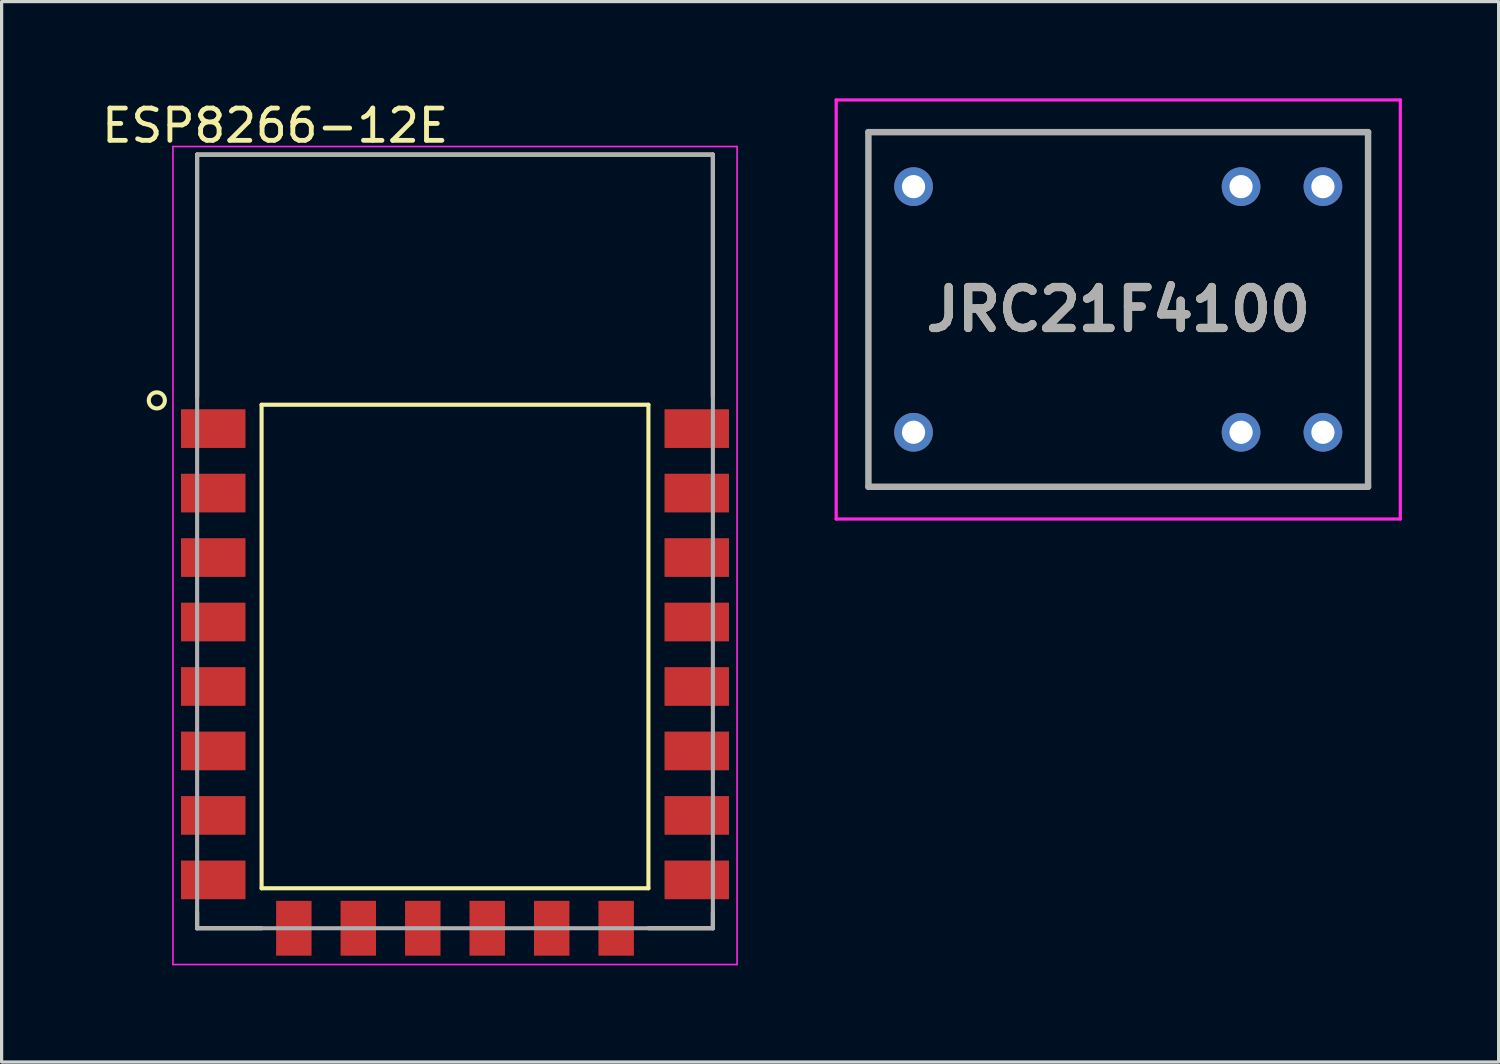
<source format=kicad_pcb>
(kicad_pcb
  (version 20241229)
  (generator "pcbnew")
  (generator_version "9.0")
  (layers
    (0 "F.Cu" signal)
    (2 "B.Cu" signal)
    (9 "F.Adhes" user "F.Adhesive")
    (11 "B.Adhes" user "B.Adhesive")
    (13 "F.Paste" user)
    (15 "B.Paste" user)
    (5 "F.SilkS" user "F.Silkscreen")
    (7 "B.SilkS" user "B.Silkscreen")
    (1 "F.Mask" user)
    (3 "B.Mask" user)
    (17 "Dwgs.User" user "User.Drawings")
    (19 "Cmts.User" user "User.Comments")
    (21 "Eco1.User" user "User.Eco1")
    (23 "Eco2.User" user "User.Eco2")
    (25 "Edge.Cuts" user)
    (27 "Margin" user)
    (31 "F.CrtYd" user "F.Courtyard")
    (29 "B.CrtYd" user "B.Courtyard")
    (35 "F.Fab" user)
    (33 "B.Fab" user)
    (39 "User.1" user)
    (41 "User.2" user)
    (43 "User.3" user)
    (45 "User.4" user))
  (footprint "JRC21F4100"
    (layer "F.Cu")
    (at 25.29 10.36)
    (property "Reference" "JRC21F4100" (at 6.35 -3.81 0) (layer "F.SilkS") (effects (font (size 1.27 1.27) (thickness 0.254))))
    (attr through_hole)
    (fp_line (start -1.4 -9.31) (end 14.1 -9.31) (stroke (width 0.1) (type solid)) (layer "F.SilkS"))
    (fp_line (start -1.4 1.69) (end -1.4 -9.31) (stroke (width 0.1) (type solid)) (layer "F.SilkS"))
    (fp_line (start 14.1 -9.31) (end 14.1 1.69) (stroke (width 0.1) (type solid)) (layer "F.SilkS"))
    (fp_line (start 14.1 1.69) (end -1.4 1.69) (stroke (width 0.1) (type solid)) (layer "F.SilkS"))
    (fp_line (start -2.4 -10.31) (end 15.1 -10.31) (stroke (width 0.1) (type solid)) (layer "F.CrtYd"))
    (fp_line (start -2.4 2.69) (end -2.4 -10.31) (stroke (width 0.1) (type solid)) (layer "F.CrtYd"))
    (fp_line (start 15.1 -10.31) (end 15.1 2.69) (stroke (width 0.1) (type solid)) (layer "F.CrtYd"))
    (fp_line (start 15.1 2.69) (end -2.4 2.69) (stroke (width 0.1) (type solid)) (layer "F.CrtYd"))
    (fp_line (start -1.4 -9.31) (end 14.1 -9.31) (stroke (width 0.2) (type solid)) (layer "F.Fab"))
    (fp_line (start -1.4 1.69) (end -1.4 -9.31) (stroke (width 0.2) (type solid)) (layer "F.Fab"))
    (fp_line (start 14.1 -9.31) (end 14.1 1.69) (stroke (width 0.2) (type solid)) (layer "F.Fab"))
    (fp_line (start 14.1 1.69) (end -1.4 1.69) (stroke (width 0.2) (type solid)) (layer "F.Fab"))
    (fp_text user "${REFERENCE}" (at 6.35 -3.81 0) (layer "F.Fab") (effects (font (size 1.27 1.27) (thickness 0.254))))
    (pad "1" thru_hole circle (at 0 0) (size 1.2 1.2) (drill 0.72) (layers "*.Cu" "*.Mask"))
    (pad "2" thru_hole circle (at 10.16 0) (size 1.2 1.2) (drill 0.72) (layers "*.Cu" "*.Mask"))
    (pad "3" thru_hole circle (at 12.7 0) (size 1.2 1.2) (drill 0.72) (layers "*.Cu" "*.Mask"))
    (pad "4" thru_hole circle (at 12.7 -7.62) (size 1.2 1.2) (drill 0.72) (layers "*.Cu" "*.Mask"))
    (pad "5" thru_hole circle (at 10.16 -7.62) (size 1.2 1.2) (drill 0.72) (layers "*.Cu" "*.Mask"))
    (pad "6" thru_hole circle (at 0 -7.62) (size 1.2 1.2) (drill 0.72) (layers "*.Cu" "*.Mask")))
  (footprint "ESP8266-12E"
    (layer "F.Cu")
    (at 11.065 17.246)
    (property "Reference" "ESP8266-12E" (at -5.579 -16.398 0) (layer "F.SilkS") (effects (font (size 1.001 1.001) (thickness 0.15))))
    (attr smd)
    (fp_line (start -8 -15.5) (end 8 -15.5) (stroke (width 0.127) (type solid)) (layer "F.SilkS"))
    (fp_line (start -8 -8) (end -8 -15.5) (stroke (width 0.127) (type solid)) (layer "F.SilkS"))
    (fp_line (start -8 8) (end -8 8.5) (stroke (width 0.127) (type solid)) (layer "F.SilkS"))
    (fp_line (start -8 8.5) (end -6 8.5) (stroke (width 0.127) (type solid)) (layer "F.SilkS"))
    (fp_line (start -6 -7.74) (end 6 -7.74) (stroke (width 0.127) (type solid)) (layer "F.SilkS"))
    (fp_line (start -6 7.26) (end -6 -7.74) (stroke (width 0.127) (type solid)) (layer "F.SilkS"))
    (fp_line (start 6 -7.74) (end 6 7.26) (stroke (width 0.127) (type solid)) (layer "F.SilkS"))
    (fp_line (start 6 7.26) (end -6 7.26) (stroke (width 0.127) (type solid)) (layer "F.SilkS"))
    (fp_line (start 8 -15.5) (end 8 -8) (stroke (width 0.127) (type solid)) (layer "F.SilkS"))
    (fp_line (start 8 8) (end 8 8.5) (stroke (width 0.127) (type solid)) (layer "F.SilkS"))
    (fp_line (start 8 8.5) (end 6 8.5) (stroke (width 0.127) (type solid)) (layer "F.SilkS"))
    (fp_circle (center -9.25 -7.875) (end -9 -7.875) (stroke (width 0.127) (type solid)) (fill no) (layer "F.SilkS"))
    (fp_line (start -8.75 -15.75) (end -8.75 9.625) (stroke (width 0.05) (type solid)) (layer "F.CrtYd"))
    (fp_line (start -8.75 9.625) (end 8.75 9.625) (stroke (width 0.05) (type solid)) (layer "F.CrtYd"))
    (fp_line (start 8.75 -15.75) (end -8.75 -15.75) (stroke (width 0.05) (type solid)) (layer "F.CrtYd"))
    (fp_line (start 8.75 9.625) (end 8.75 -15.75) (stroke (width 0.05) (type solid)) (layer "F.CrtYd"))
    (fp_line (start -8 -15.5) (end 8 -15.5) (stroke (width 0.127) (type solid)) (layer "F.Fab"))
    (fp_line (start -8 8.5) (end -8 -15.5) (stroke (width 0.127) (type solid)) (layer "F.Fab"))
    (fp_line (start 8 -15.5) (end 8 8.5) (stroke (width 0.127) (type solid)) (layer "F.Fab"))
    (fp_line (start 8 8.5) (end -8 8.5) (stroke (width 0.127) (type solid)) (layer "F.Fab"))
    (pad "1" smd rect (at -7.5 -7) (size 2 1.2) (layers "F.Cu" "F.Mask" "F.Paste"))
    (pad "2" smd rect (at -7.5 -5) (size 2 1.2) (layers "F.Cu" "F.Mask" "F.Paste"))
    (pad "3" smd rect (at -7.5 -3) (size 2 1.2) (layers "F.Cu" "F.Mask" "F.Paste"))
    (pad "4" smd rect (at -7.5 -1) (size 2 1.2) (layers "F.Cu" "F.Mask" "F.Paste"))
    (pad "5" smd rect (at -7.5 1) (size 2 1.2) (layers "F.Cu" "F.Mask" "F.Paste"))
    (pad "6" smd rect (at -7.5 3) (size 2 1.2) (layers "F.Cu" "F.Mask" "F.Paste"))
    (pad "7" smd rect (at -7.5 5) (size 2 1.2) (layers "F.Cu" "F.Mask" "F.Paste"))
    (pad "8" smd rect (at -7.5 7) (size 2 1.2) (layers "F.Cu" "F.Mask" "F.Paste"))
    (pad "9" smd rect (at -5 8.5) (size 1.1 1.7) (layers "F.Cu" "F.Mask" "F.Paste"))
    (pad "10" smd rect (at -3 8.5) (size 1.1 1.7) (layers "F.Cu" "F.Mask" "F.Paste"))
    (pad "11" smd rect (at -1 8.5) (size 1.1 1.7) (layers "F.Cu" "F.Mask" "F.Paste"))
    (pad "12" smd rect (at 1 8.5) (size 1.1 1.7) (layers "F.Cu" "F.Mask" "F.Paste"))
    (pad "13" smd rect (at 3 8.5) (size 1.1 1.7) (layers "F.Cu" "F.Mask" "F.Paste"))
    (pad "14" smd rect (at 5 8.5) (size 1.1 1.7) (layers "F.Cu" "F.Mask" "F.Paste"))
    (pad "15" smd rect (at 7.5 7) (size 2 1.2) (layers "F.Cu" "F.Mask" "F.Paste"))
    (pad "16" smd rect (at 7.5 5) (size 2 1.2) (layers "F.Cu" "F.Mask" "F.Paste"))
    (pad "17" smd rect (at 7.5 3) (size 2 1.2) (layers "F.Cu" "F.Mask" "F.Paste"))
    (pad "18" smd rect (at 7.5 1) (size 2 1.2) (layers "F.Cu" "F.Mask" "F.Paste"))
    (pad "19" smd rect (at 7.5 -1) (size 2 1.2) (layers "F.Cu" "F.Mask" "F.Paste"))
    (pad "20" smd rect (at 7.5 -3) (size 2 1.2) (layers "F.Cu" "F.Mask" "F.Paste"))
    (pad "21" smd rect (at 7.5 -5) (size 2 1.2) (layers "F.Cu" "F.Mask" "F.Paste"))
    (pad "22" smd rect (at 7.5 -7) (size 2 1.2) (layers "F.Cu" "F.Mask" "F.Paste"))
    (zone (net_name "") (layer "F.Cu") (hatch full 0.508) (connect_pads) (min_thickness 0.01) (filled_areas_thickness no) (keepout (tracks not_allowed) (vias not_allowed) (pads not_allowed) (copperpour not_allowed) (footprints allowed)) (placement (enabled no)) (fill) (polygon (pts (xy 3.056 1.746) (xy 19.065 1.746) (xy 19.065 8.737) (xy 3.056 8.737))))
    (zone (net_name "") (layer "B.Cu") (hatch full 0.508) (connect_pads) (min_thickness 0.01) (filled_areas_thickness no) (keepout (tracks not_allowed) (vias not_allowed) (pads not_allowed) (copperpour not_allowed) (footprints allowed)) (placement (enabled no)) (fill) (polygon (pts (xy 3.056 1.746) (xy 19.065 1.746) (xy 19.065 8.737) (xy 3.056 8.737)))))
  (gr_rect
    (start -3 -3)
    (end 43.44 29.896)
    (stroke (width 0.1) (type default))
    (fill no)
    (layer "Edge.Cuts")))
</source>
